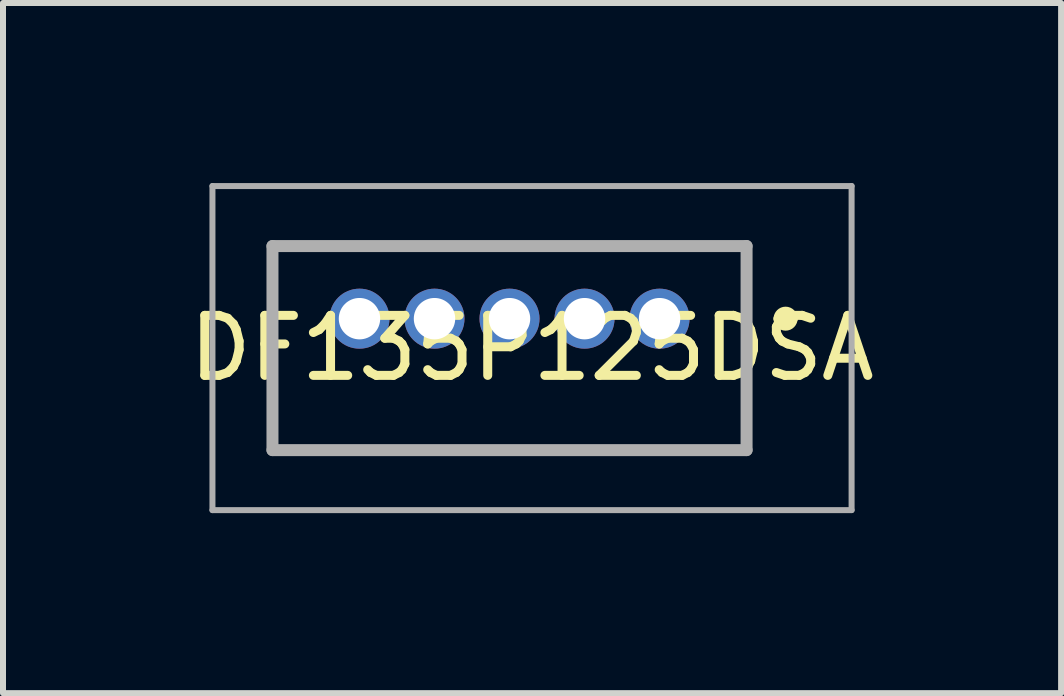
<source format=kicad_pcb>
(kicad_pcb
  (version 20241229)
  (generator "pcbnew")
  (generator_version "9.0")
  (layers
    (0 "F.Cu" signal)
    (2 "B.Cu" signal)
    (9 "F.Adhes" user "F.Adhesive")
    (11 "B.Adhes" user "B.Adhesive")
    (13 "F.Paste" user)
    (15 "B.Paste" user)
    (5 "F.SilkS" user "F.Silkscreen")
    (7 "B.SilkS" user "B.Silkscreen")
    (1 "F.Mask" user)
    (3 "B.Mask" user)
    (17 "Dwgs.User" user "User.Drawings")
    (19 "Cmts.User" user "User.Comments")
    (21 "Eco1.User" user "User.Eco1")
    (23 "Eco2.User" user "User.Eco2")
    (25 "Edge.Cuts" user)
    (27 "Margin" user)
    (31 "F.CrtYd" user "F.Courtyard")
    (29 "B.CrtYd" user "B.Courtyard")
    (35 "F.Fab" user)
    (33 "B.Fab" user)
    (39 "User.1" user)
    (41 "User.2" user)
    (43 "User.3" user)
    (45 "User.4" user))
  (footprint "DF135P125DSA"
    (layer "F.Cu")
    (at 7.94 2.26)
    (property "Reference" "DF135P125DSA" (at -2.125 0.49 0) (layer "F.SilkS") (effects (font (size 1 1) (thickness 0.15))))
    (attr through_hole)
    (fp_line (start -6.45 -1.21) (end 1.45 -1.21) (stroke (width 0.1) (type solid)) (layer "F.SilkS"))
    (fp_line (start -6.45 2.19) (end -6.45 -1.21) (stroke (width 0.1) (type solid)) (layer "F.SilkS"))
    (fp_line (start 1.45 -1.21) (end 1.45 2.19) (stroke (width 0.1) (type solid)) (layer "F.SilkS"))
    (fp_line (start 1.45 2.19) (end -6.45 2.19) (stroke (width 0.1) (type solid)) (layer "F.SilkS"))
    (fp_line (start 2 0) (end 2 0) (stroke (width 0.2) (type solid)) (layer "F.SilkS"))
    (fp_line (start 2.2 0) (end 2.2 0) (stroke (width 0.2) (type solid)) (layer "F.SilkS"))
    (fp_arc (start 2 0) (mid 2.1 -0.1) (end 2.2 0) (stroke (width 0.2) (type solid)) (layer "F.SilkS"))
    (fp_arc (start 2.2 0) (mid 2.1 0.1) (end 2 0) (stroke (width 0.2) (type solid)) (layer "F.SilkS"))
    (fp_line (start -7.45 -2.21) (end 3.2 -2.21) (stroke (width 0.1) (type solid)) (layer "F.Fab"))
    (fp_line (start -7.45 3.19) (end -7.45 -2.21) (stroke (width 0.1) (type solid)) (layer "F.Fab"))
    (fp_line (start -6.45 -1.21) (end 1.45 -1.21) (stroke (width 0.2) (type solid)) (layer "F.Fab"))
    (fp_line (start -6.45 2.19) (end -6.45 -1.21) (stroke (width 0.2) (type solid)) (layer "F.Fab"))
    (fp_line (start 1.45 -1.21) (end 1.45 2.19) (stroke (width 0.2) (type solid)) (layer "F.Fab"))
    (fp_line (start 1.45 2.19) (end -6.45 2.19) (stroke (width 0.2) (type solid)) (layer "F.Fab"))
    (fp_line (start 3.2 -2.21) (end 3.2 3.19) (stroke (width 0.1) (type solid)) (layer "F.Fab"))
    (fp_line (start 3.2 3.19) (end -7.45 3.19) (stroke (width 0.1) (type solid)) (layer "F.Fab"))
    (pad "1" thru_hole circle (at 0 0) (size 1 1) (drill 0.69) (layers "*.Cu" "*.Mask"))
    (pad "2" thru_hole circle (at -1.25 0) (size 1 1) (drill 0.69) (layers "*.Cu" "*.Mask"))
    (pad "3" thru_hole circle (at -2.5 0) (size 1 1) (drill 0.69) (layers "*.Cu" "*.Mask"))
    (pad "4" thru_hole circle (at -3.75 0) (size 1 1) (drill 0.69) (layers "*.Cu" "*.Mask"))
    (pad "5" thru_hole circle (at -5 0) (size 1 1) (drill 0.69) (layers "*.Cu" "*.Mask")))
  (gr_rect
    (start -3 -3)
    (end 14.631 8.5)
    (stroke (width 0.1) (type default))
    (fill no)
    (layer "Edge.Cuts")))
</source>
